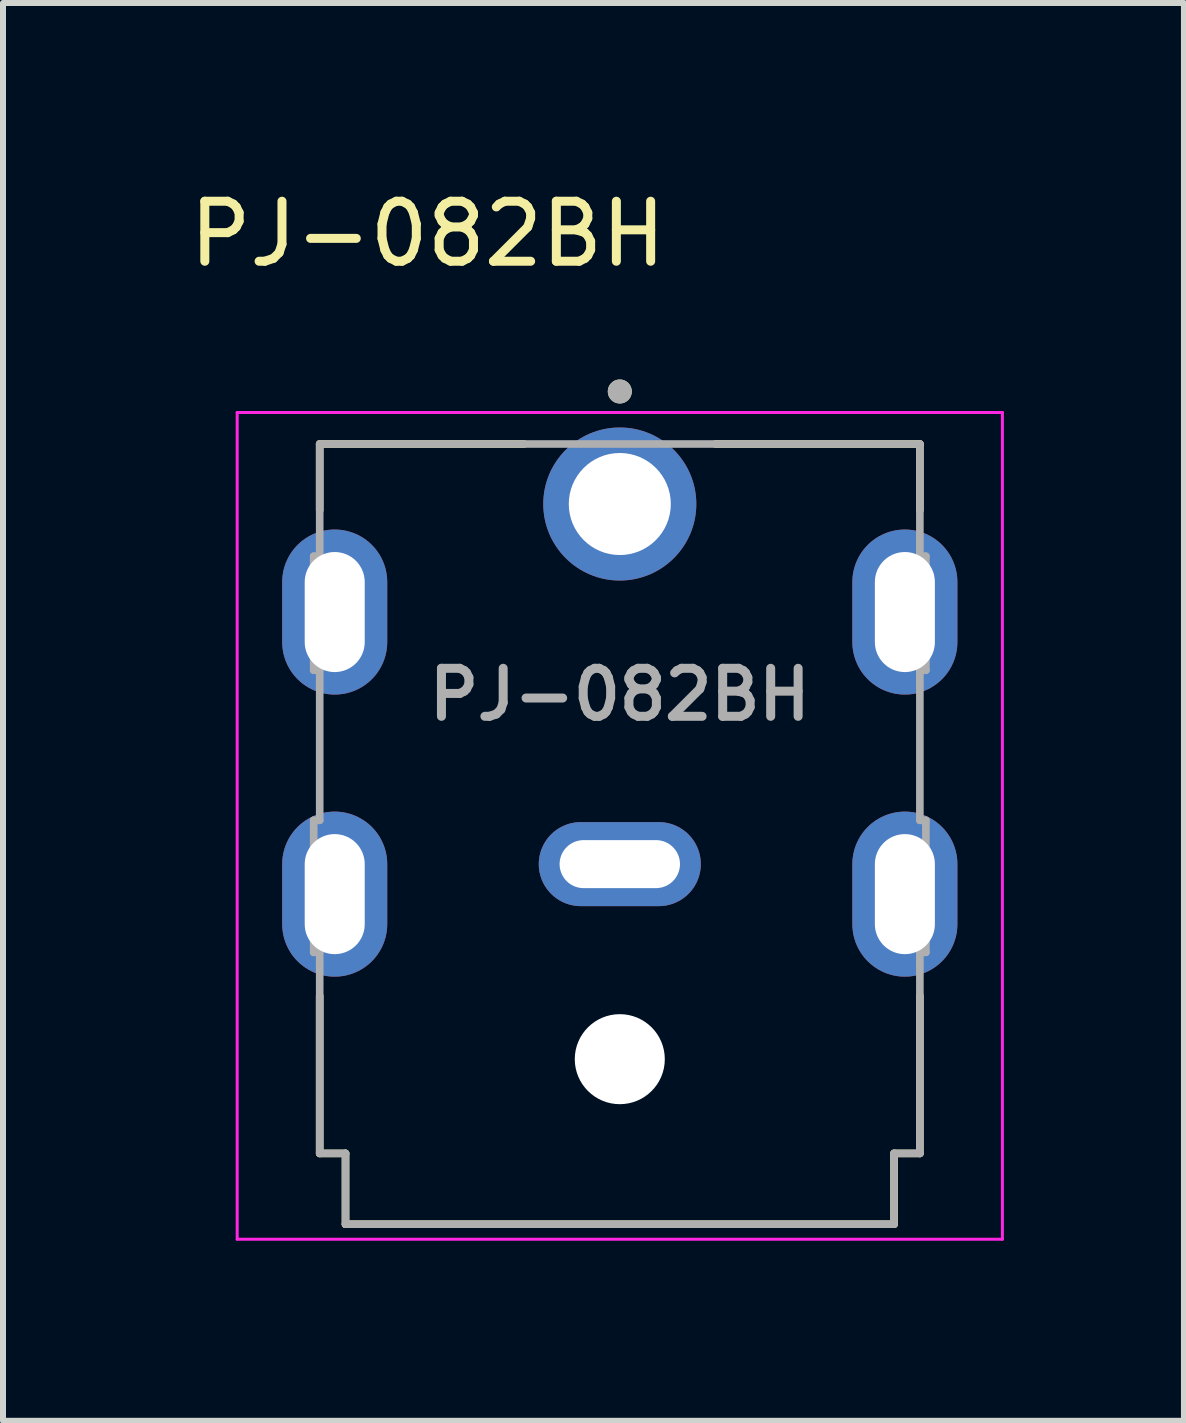
<source format=kicad_pcb>
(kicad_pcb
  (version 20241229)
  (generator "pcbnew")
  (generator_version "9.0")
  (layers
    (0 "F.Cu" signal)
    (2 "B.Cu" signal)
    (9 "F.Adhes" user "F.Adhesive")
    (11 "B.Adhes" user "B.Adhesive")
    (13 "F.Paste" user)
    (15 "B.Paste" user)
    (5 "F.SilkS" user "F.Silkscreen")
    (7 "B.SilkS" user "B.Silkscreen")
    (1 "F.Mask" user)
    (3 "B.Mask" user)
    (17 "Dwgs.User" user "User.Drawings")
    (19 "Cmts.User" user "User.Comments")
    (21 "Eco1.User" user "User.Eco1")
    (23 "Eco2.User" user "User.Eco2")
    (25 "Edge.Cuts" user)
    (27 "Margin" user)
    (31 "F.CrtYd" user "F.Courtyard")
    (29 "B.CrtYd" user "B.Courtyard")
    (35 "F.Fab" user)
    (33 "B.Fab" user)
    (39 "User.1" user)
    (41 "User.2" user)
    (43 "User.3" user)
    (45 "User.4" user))
  (footprint "PJ-082BH"
    (layer "F.Cu")
    (at 7.277 5.348)
    (property "Reference" "PJ-082BH" (at -3.2 -4.5 0) (layer "F.SilkS") (effects (font (size 1 1) (thickness 0.15))))
    (attr through_hole)
    (fp_line (start -5 -1) (end -5 0.105) (stroke (width 0.127) (type solid)) (layer "F.SilkS"))
    (fp_line (start -5 10.82) (end -5 8.195) (stroke (width 0.127) (type solid)) (layer "F.SilkS"))
    (fp_line (start -5 10.82) (end -4.57 10.82) (stroke (width 0.127) (type solid)) (layer "F.SilkS"))
    (fp_line (start -4.57 12) (end -4.57 10.82) (stroke (width 0.127) (type solid)) (layer "F.SilkS"))
    (fp_line (start -4.57 12) (end 4.57 12) (stroke (width 0.127) (type solid)) (layer "F.SilkS"))
    (fp_line (start -1.595 -1) (end -5 -1) (stroke (width 0.127) (type solid)) (layer "F.SilkS"))
    (fp_line (start 4.57 12) (end 4.57 10.82) (stroke (width 0.127) (type solid)) (layer "F.SilkS"))
    (fp_line (start 5 -1) (end 1.595 -1) (stroke (width 0.127) (type solid)) (layer "F.SilkS"))
    (fp_line (start 5 -1) (end 5 0.105) (stroke (width 0.127) (type solid)) (layer "F.SilkS"))
    (fp_line (start 5 10.82) (end 4.57 10.82) (stroke (width 0.127) (type solid)) (layer "F.SilkS"))
    (fp_line (start 5 10.82) (end 5 8.195) (stroke (width 0.127) (type solid)) (layer "F.SilkS"))
    (fp_circle (center 0 -1.875) (end 0.1 -1.875) (stroke (width 0.2) (type solid)) (fill no) (layer "F.SilkS"))
    (fp_line (start -6.375 -1.525) (end -6.375 12.25) (stroke (width 0.05) (type solid)) (layer "F.CrtYd"))
    (fp_line (start -6.375 12.25) (end 6.375 12.25) (stroke (width 0.05) (type solid)) (layer "F.CrtYd"))
    (fp_line (start 6.375 -1.525) (end -6.375 -1.525) (stroke (width 0.05) (type solid)) (layer "F.CrtYd"))
    (fp_line (start 6.375 12.25) (end 6.375 -1.525) (stroke (width 0.05) (type solid)) (layer "F.CrtYd"))
    (fp_line (start -5.1 0.87) (end -5.1 2.77) (stroke (width 0.127) (type solid)) (layer "F.Fab"))
    (fp_line (start -5.1 0.87) (end -5 0.87) (stroke (width 0.127) (type solid)) (layer "F.Fab"))
    (fp_line (start -5.1 2.77) (end -5 2.77) (stroke (width 0.127) (type solid)) (layer "F.Fab"))
    (fp_line (start -5.1 5.27) (end -5.1 7.47) (stroke (width 0.127) (type solid)) (layer "F.Fab"))
    (fp_line (start -5.1 5.27) (end -5 5.27) (stroke (width 0.127) (type solid)) (layer "F.Fab"))
    (fp_line (start -5.1 7.47) (end -5 7.47) (stroke (width 0.127) (type solid)) (layer "F.Fab"))
    (fp_line (start -5 -1) (end -5 0.87) (stroke (width 0.127) (type solid)) (layer "F.Fab"))
    (fp_line (start -5 2.77) (end -5 5.27) (stroke (width 0.127) (type solid)) (layer "F.Fab"))
    (fp_line (start -5 7.47) (end -5 10.82) (stroke (width 0.127) (type solid)) (layer "F.Fab"))
    (fp_line (start -5 10.82) (end -4.57 10.82) (stroke (width 0.127) (type solid)) (layer "F.Fab"))
    (fp_line (start -4.57 12) (end -4.57 10.82) (stroke (width 0.127) (type solid)) (layer "F.Fab"))
    (fp_line (start -4.57 12) (end 4.57 12) (stroke (width 0.127) (type solid)) (layer "F.Fab"))
    (fp_line (start 4.57 12) (end 4.57 10.82) (stroke (width 0.127) (type solid)) (layer "F.Fab"))
    (fp_line (start 5 -1) (end -5 -1) (stroke (width 0.127) (type solid)) (layer "F.Fab"))
    (fp_line (start 5 -1) (end 5 0.87) (stroke (width 0.127) (type solid)) (layer "F.Fab"))
    (fp_line (start 5 0.87) (end 5.1 0.87) (stroke (width 0.127) (type solid)) (layer "F.Fab"))
    (fp_line (start 5 2.77) (end 5.1 2.77) (stroke (width 0.127) (type solid)) (layer "F.Fab"))
    (fp_line (start 5 5.27) (end 5 2.77) (stroke (width 0.127) (type solid)) (layer "F.Fab"))
    (fp_line (start 5 5.27) (end 5.1 5.27) (stroke (width 0.127) (type solid)) (layer "F.Fab"))
    (fp_line (start 5 7.47) (end 5.1 7.47) (stroke (width 0.127) (type solid)) (layer "F.Fab"))
    (fp_line (start 5 10.82) (end 4.57 10.82) (stroke (width 0.127) (type solid)) (layer "F.Fab"))
    (fp_line (start 5 10.82) (end 5 7.47) (stroke (width 0.127) (type solid)) (layer "F.Fab"))
    (fp_line (start 5.1 2.77) (end 5.1 0.87) (stroke (width 0.127) (type solid)) (layer "F.Fab"))
    (fp_line (start 5.1 7.47) (end 5.1 5.27) (stroke (width 0.127) (type solid)) (layer "F.Fab"))
    (fp_circle (center 0 -1.875) (end 0.1 -1.875) (stroke (width 0.2) (type solid)) (fill no) (layer "F.Fab"))
    (fp_text user "${REFERENCE}" (at 0 3.175 0) (layer "F.Fab") (effects (font (size 0.8 0.8) (thickness 0.15))))
    (pad "" np_thru_hole circle (at 0 9.25) (size 1.5 1.5) (drill 1.5) (layers "*.Cu" "*.Mask"))
    (pad "1" thru_hole circle (at 0 0) (size 2.55 2.55) (drill 1.7) (layers "*.Cu" "*.Mask"))
    (pad "2" thru_hole oval (at 0 6) (size 2.7 1.4) (drill oval 2.006 0.8) (layers "*.Cu" "*.Mask"))
    (pad "S1" thru_hole oval (at -4.75 6.5) (size 1.75 2.75) (drill oval 1 2) (layers "*.Cu" "*.Mask"))
    (pad "S2" thru_hole oval (at 4.75 6.5) (size 1.75 2.75) (drill oval 1 2) (layers "*.Cu" "*.Mask"))
    (pad "S3" thru_hole oval (at -4.75 1.8) (size 1.75 2.75) (drill oval 1 2) (layers "*.Cu" "*.Mask"))
    (pad "S4" thru_hole oval (at 4.75 1.8) (size 1.75 2.75) (drill oval 1 2) (layers "*.Cu" "*.Mask")))
  (gr_rect
    (start -3 -3)
    (end 16.677 20.623)
    (stroke (width 0.1) (type default))
    (fill no)
    (layer "Edge.Cuts")))
</source>
